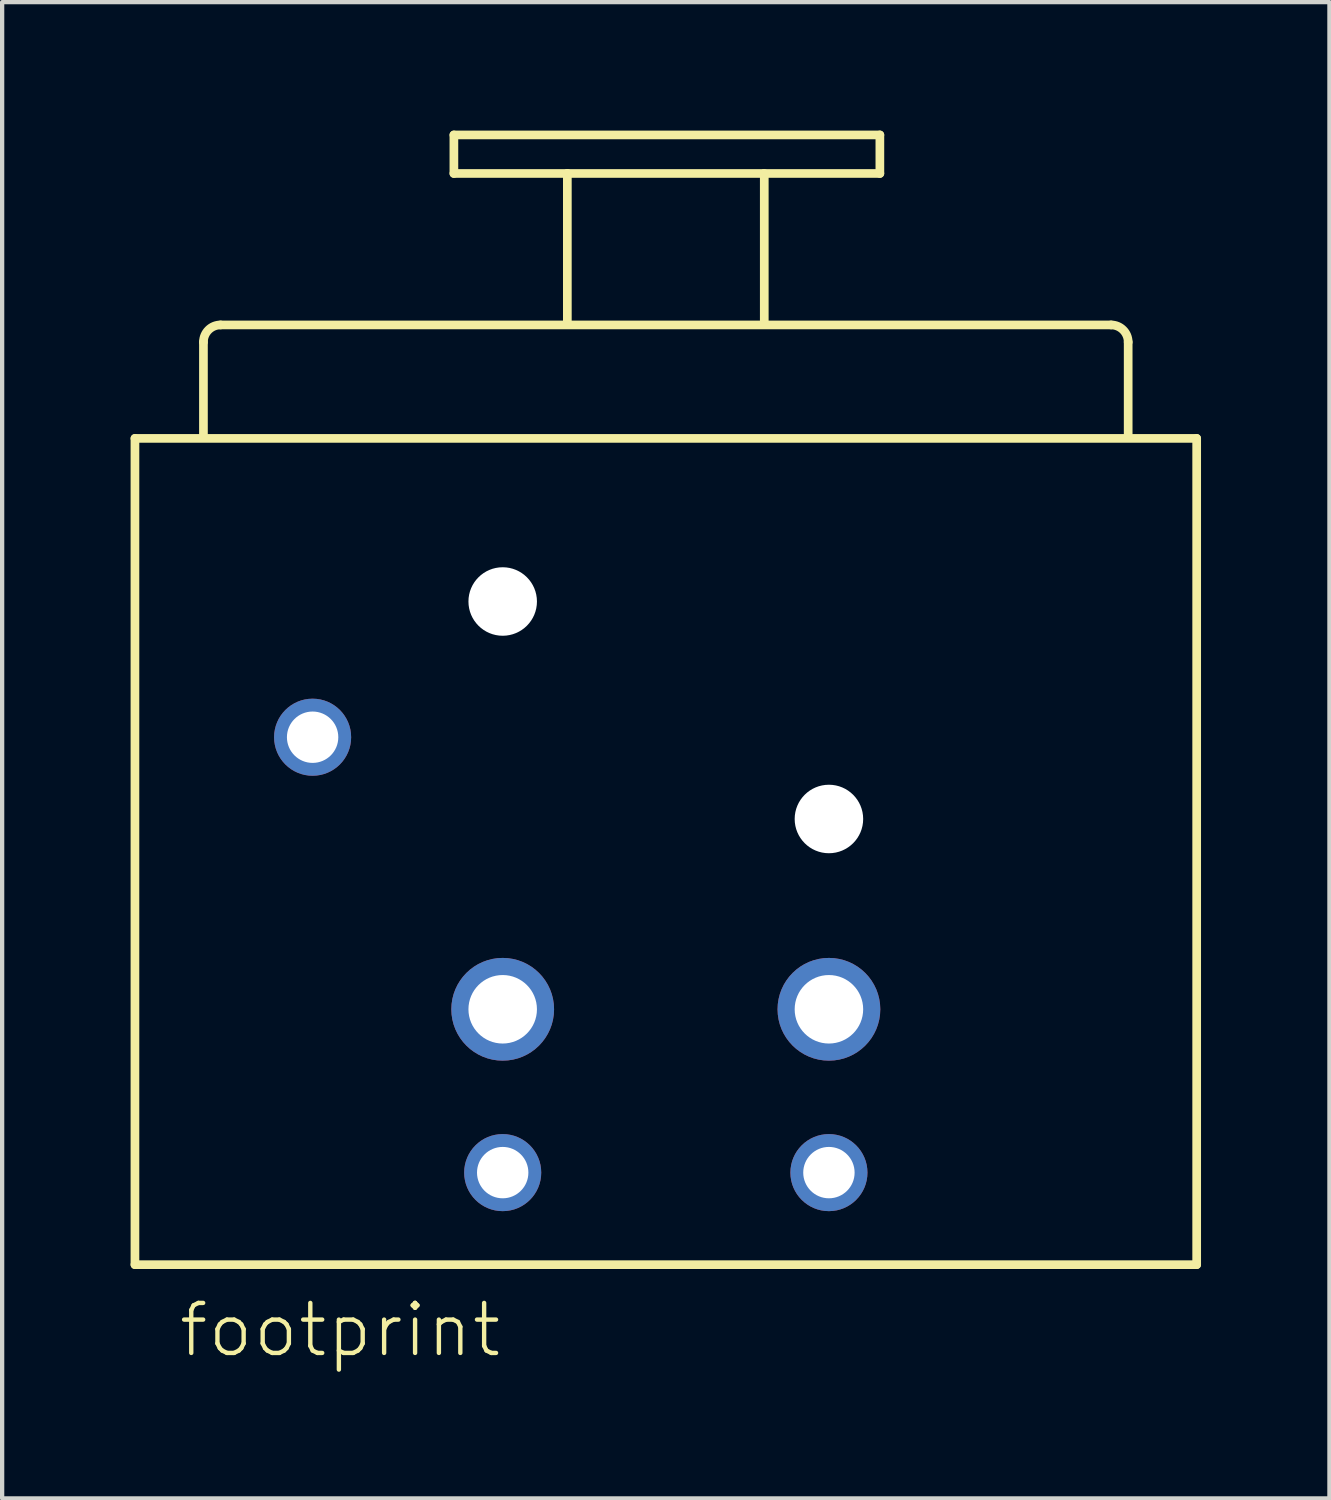
<source format=kicad_pcb>
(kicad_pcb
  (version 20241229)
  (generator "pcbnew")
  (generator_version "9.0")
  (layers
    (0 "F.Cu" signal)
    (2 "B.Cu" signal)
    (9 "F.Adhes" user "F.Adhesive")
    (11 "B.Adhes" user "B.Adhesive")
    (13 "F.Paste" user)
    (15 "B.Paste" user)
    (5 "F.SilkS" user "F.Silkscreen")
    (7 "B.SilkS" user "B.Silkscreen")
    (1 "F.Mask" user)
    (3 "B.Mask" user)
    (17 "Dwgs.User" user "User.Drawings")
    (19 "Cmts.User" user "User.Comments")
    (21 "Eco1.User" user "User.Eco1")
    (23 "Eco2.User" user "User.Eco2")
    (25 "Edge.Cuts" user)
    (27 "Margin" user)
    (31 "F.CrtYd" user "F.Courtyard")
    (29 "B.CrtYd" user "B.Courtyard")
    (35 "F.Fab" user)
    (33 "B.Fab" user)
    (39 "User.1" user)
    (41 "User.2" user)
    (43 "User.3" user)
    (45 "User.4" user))
  (footprint "footprint"
    (layer "F.Cu")
    (at 12.502 24.89)
    (property "Reference" "footprint" (at -11.43 3.81 0) (layer "F.SilkS") (effects (font (size 1.168 1.168) (thickness 0.102)) (justify left bottom)))
    (fp_line (start -12.4 -17.7) (end 12.4 -17.7) (stroke (width 0.203) (type solid)) (layer "F.SilkS"))
    (fp_line (start -12.4 1.6) (end -12.4 -17.7) (stroke (width 0.203) (type solid)) (layer "F.SilkS"))
    (fp_line (start -10.8 -17.8) (end -10.8 -19.95) (stroke (width 0.203) (type solid)) (layer "F.SilkS"))
    (fp_line (start -10.4 -20.35) (end 10.4 -20.35) (stroke (width 0.203) (type solid)) (layer "F.SilkS"))
    (fp_line (start -4.95 -24.788) (end 5 -24.788) (stroke (width 0.203) (type solid)) (layer "F.SilkS"))
    (fp_line (start -4.95 -23.888) (end -4.95 -24.788) (stroke (width 0.203) (type solid)) (layer "F.SilkS"))
    (fp_line (start -2.3 -23.888) (end -4.95 -23.888) (stroke (width 0.203) (type solid)) (layer "F.SilkS"))
    (fp_line (start -2.3 -23.888) (end 2.25 -23.888) (stroke (width 0.203) (type solid)) (layer "F.SilkS"))
    (fp_line (start -2.3 -20.438) (end -2.3 -23.888) (stroke (width 0.203) (type solid)) (layer "F.SilkS"))
    (fp_line (start 2.3 -23.888) (end 2.3 -20.438) (stroke (width 0.203) (type solid)) (layer "F.SilkS"))
    (fp_line (start 5 -24.788) (end 5 -23.888) (stroke (width 0.203) (type solid)) (layer "F.SilkS"))
    (fp_line (start 5 -23.888) (end 2.3 -23.888) (stroke (width 0.203) (type solid)) (layer "F.SilkS"))
    (fp_line (start 10.8 -19.95) (end 10.8 -17.8) (stroke (width 0.203) (type solid)) (layer "F.SilkS"))
    (fp_line (start 12.4 -17.7) (end 12.4 1.6) (stroke (width 0.203) (type solid)) (layer "F.SilkS"))
    (fp_line (start 12.4 1.6) (end -12.4 1.6) (stroke (width 0.203) (type solid)) (layer "F.SilkS"))
    (fp_arc (start -10.8 -19.95) (mid -10.682843 -20.232843) (end -10.4 -20.35) (stroke (width 0.2032) (type solid)) (layer "F.SilkS"))
    (fp_arc (start 10.4 -20.35) (mid 10.682843 -20.232843) (end 10.8 -19.95) (stroke (width 0.2032) (type solid)) (layer "F.SilkS"))
    (pad "" np_thru_hole circle (at -3.81 -13.89) (size 1.6 1.6) (drill 1.6) (layers "*.Cu" "*.Mask"))
    (pad "" np_thru_hole circle (at 3.81 -8.81) (size 1.6 1.6) (drill 1.6) (layers "*.Cu" "*.Mask"))
    (pad "1" thru_hole circle (at -3.81 -0.55) (size 1.8 1.8) (drill 1.2) (layers "*.Cu" "*.Mask"))
    (pad "2" thru_hole circle (at -3.81 -4.365) (size 2.4 2.4) (drill 1.6) (layers "*.Cu" "*.Mask"))
    (pad "3" thru_hole circle (at 3.81 -4.365) (size 2.4 2.4) (drill 1.6) (layers "*.Cu" "*.Mask"))
    (pad "4" thru_hole circle (at 3.81 -0.55) (size 1.8 1.8) (drill 1.2) (layers "*.Cu" "*.Mask"))
    (pad "G" thru_hole circle (at -8.25 -10.72) (size 1.8 1.8) (drill 1.2) (layers "*.Cu" "*.Mask")))
  (gr_rect
    (start -3 -3)
    (end 28.003 31.95)
    (stroke (width 0.1) (type default))
    (fill no)
    (layer "Edge.Cuts")))
</source>
